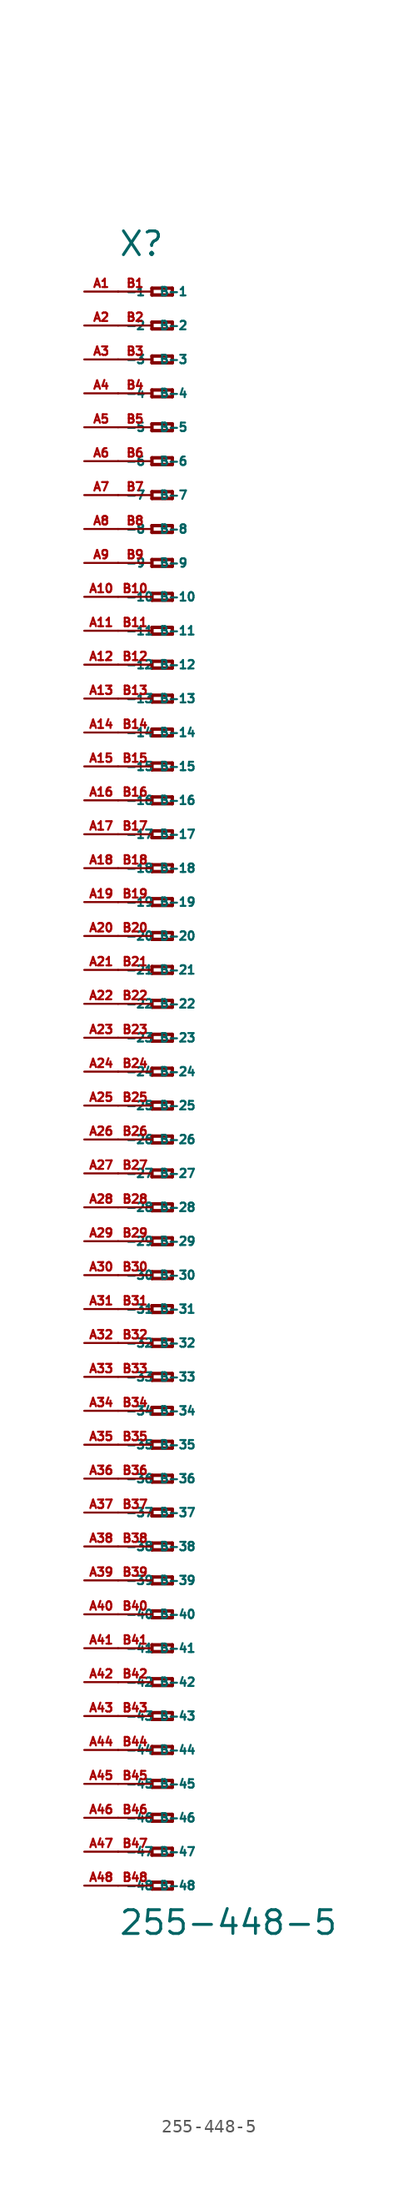
<source format=kicad_sym>
(kicad_symbol_lib
  (version 20220914)
  (generator Eagle2Kicad)
  (symbol "255-448-5"
    (property "Reference" "X"
      (at -5.08 60.96 0)
      (effects (font (size 1.778 1.778) (thickness 0.22)) (justify left bottom)))
    (property "Value" "255-448-5"
      (at -5.08 -64.77 0)
      (effects (font (size 1.778 1.778) (thickness 0.22)) (justify left bottom)))
    (polyline
      (pts (xy -2.54 58.674) (xy -2.54 58.166))
      (stroke (width 0.254) (type default))
      (fill (type none)))
    (polyline
      (pts (xy -2.54 58.166) (xy -1.016 58.166))
      (stroke (width 0.254) (type default))
      (fill (type none)))
    (polyline
      (pts (xy -1.016 58.166) (xy -1.016 58.674))
      (stroke (width 0.254) (type default))
      (fill (type none)))
    (polyline
      (pts (xy -1.016 58.674) (xy -2.54 58.674))
      (stroke (width 0.254) (type default))
      (fill (type none)))
    (polyline
      (pts (xy -2.54 56.134) (xy -2.54 55.626))
      (stroke (width 0.254) (type default))
      (fill (type none)))
    (polyline
      (pts (xy -2.54 55.626) (xy -1.016 55.626))
      (stroke (width 0.254) (type default))
      (fill (type none)))
    (polyline
      (pts (xy -1.016 55.626) (xy -1.016 56.134))
      (stroke (width 0.254) (type default))
      (fill (type none)))
    (polyline
      (pts (xy -1.016 56.134) (xy -2.54 56.134))
      (stroke (width 0.254) (type default))
      (fill (type none)))
    (polyline
      (pts (xy -2.54 53.594) (xy -2.54 53.086))
      (stroke (width 0.254) (type default))
      (fill (type none)))
    (polyline
      (pts (xy -2.54 53.086) (xy -1.016 53.086))
      (stroke (width 0.254) (type default))
      (fill (type none)))
    (polyline
      (pts (xy -1.016 53.086) (xy -1.016 53.594))
      (stroke (width 0.254) (type default))
      (fill (type none)))
    (polyline
      (pts (xy -1.016 53.594) (xy -2.54 53.594))
      (stroke (width 0.254) (type default))
      (fill (type none)))
    (polyline
      (pts (xy -2.54 51.054) (xy -2.54 50.546))
      (stroke (width 0.254) (type default))
      (fill (type none)))
    (polyline
      (pts (xy -2.54 50.546) (xy -1.016 50.546))
      (stroke (width 0.254) (type default))
      (fill (type none)))
    (polyline
      (pts (xy -1.016 50.546) (xy -1.016 51.054))
      (stroke (width 0.254) (type default))
      (fill (type none)))
    (polyline
      (pts (xy -1.016 51.054) (xy -2.54 51.054))
      (stroke (width 0.254) (type default))
      (fill (type none)))
    (polyline
      (pts (xy -2.54 48.514) (xy -2.54 48.006))
      (stroke (width 0.254) (type default))
      (fill (type none)))
    (polyline
      (pts (xy -2.54 48.006) (xy -1.016 48.006))
      (stroke (width 0.254) (type default))
      (fill (type none)))
    (polyline
      (pts (xy -1.016 48.006) (xy -1.016 48.514))
      (stroke (width 0.254) (type default))
      (fill (type none)))
    (polyline
      (pts (xy -1.016 48.514) (xy -2.54 48.514))
      (stroke (width 0.254) (type default))
      (fill (type none)))
    (polyline
      (pts (xy -2.54 45.974) (xy -2.54 45.466))
      (stroke (width 0.254) (type default))
      (fill (type none)))
    (polyline
      (pts (xy -2.54 45.466) (xy -1.016 45.466))
      (stroke (width 0.254) (type default))
      (fill (type none)))
    (polyline
      (pts (xy -1.016 45.466) (xy -1.016 45.974))
      (stroke (width 0.254) (type default))
      (fill (type none)))
    (polyline
      (pts (xy -1.016 45.974) (xy -2.54 45.974))
      (stroke (width 0.254) (type default))
      (fill (type none)))
    (polyline
      (pts (xy -2.54 43.434) (xy -2.54 42.926))
      (stroke (width 0.254) (type default))
      (fill (type none)))
    (polyline
      (pts (xy -2.54 42.926) (xy -1.016 42.926))
      (stroke (width 0.254) (type default))
      (fill (type none)))
    (polyline
      (pts (xy -1.016 42.926) (xy -1.016 43.434))
      (stroke (width 0.254) (type default))
      (fill (type none)))
    (polyline
      (pts (xy -1.016 43.434) (xy -2.54 43.434))
      (stroke (width 0.254) (type default))
      (fill (type none)))
    (polyline
      (pts (xy -2.54 40.894) (xy -2.54 40.386))
      (stroke (width 0.254) (type default))
      (fill (type none)))
    (polyline
      (pts (xy -2.54 40.386) (xy -1.016 40.386))
      (stroke (width 0.254) (type default))
      (fill (type none)))
    (polyline
      (pts (xy -1.016 40.386) (xy -1.016 40.894))
      (stroke (width 0.254) (type default))
      (fill (type none)))
    (polyline
      (pts (xy -1.016 40.894) (xy -2.54 40.894))
      (stroke (width 0.254) (type default))
      (fill (type none)))
    (polyline
      (pts (xy -2.54 38.354) (xy -2.54 37.846))
      (stroke (width 0.254) (type default))
      (fill (type none)))
    (polyline
      (pts (xy -2.54 37.846) (xy -1.016 37.846))
      (stroke (width 0.254) (type default))
      (fill (type none)))
    (polyline
      (pts (xy -1.016 37.846) (xy -1.016 38.354))
      (stroke (width 0.254) (type default))
      (fill (type none)))
    (polyline
      (pts (xy -1.016 38.354) (xy -2.54 38.354))
      (stroke (width 0.254) (type default))
      (fill (type none)))
    (polyline
      (pts (xy -2.54 35.814) (xy -2.54 35.306))
      (stroke (width 0.254) (type default))
      (fill (type none)))
    (polyline
      (pts (xy -2.54 35.306) (xy -1.016 35.306))
      (stroke (width 0.254) (type default))
      (fill (type none)))
    (polyline
      (pts (xy -1.016 35.306) (xy -1.016 35.814))
      (stroke (width 0.254) (type default))
      (fill (type none)))
    (polyline
      (pts (xy -1.016 35.814) (xy -2.54 35.814))
      (stroke (width 0.254) (type default))
      (fill (type none)))
    (polyline
      (pts (xy -2.54 33.274) (xy -2.54 32.766))
      (stroke (width 0.254) (type default))
      (fill (type none)))
    (polyline
      (pts (xy -2.54 32.766) (xy -1.016 32.766))
      (stroke (width 0.254) (type default))
      (fill (type none)))
    (polyline
      (pts (xy -1.016 32.766) (xy -1.016 33.274))
      (stroke (width 0.254) (type default))
      (fill (type none)))
    (polyline
      (pts (xy -1.016 33.274) (xy -2.54 33.274))
      (stroke (width 0.254) (type default))
      (fill (type none)))
    (polyline
      (pts (xy -2.54 30.734) (xy -2.54 30.226))
      (stroke (width 0.254) (type default))
      (fill (type none)))
    (polyline
      (pts (xy -2.54 30.226) (xy -1.016 30.226))
      (stroke (width 0.254) (type default))
      (fill (type none)))
    (polyline
      (pts (xy -1.016 30.226) (xy -1.016 30.734))
      (stroke (width 0.254) (type default))
      (fill (type none)))
    (polyline
      (pts (xy -1.016 30.734) (xy -2.54 30.734))
      (stroke (width 0.254) (type default))
      (fill (type none)))
    (polyline
      (pts (xy -2.54 28.194) (xy -2.54 27.686))
      (stroke (width 0.254) (type default))
      (fill (type none)))
    (polyline
      (pts (xy -2.54 27.686) (xy -1.016 27.686))
      (stroke (width 0.254) (type default))
      (fill (type none)))
    (polyline
      (pts (xy -1.016 27.686) (xy -1.016 28.194))
      (stroke (width 0.254) (type default))
      (fill (type none)))
    (polyline
      (pts (xy -1.016 28.194) (xy -2.54 28.194))
      (stroke (width 0.254) (type default))
      (fill (type none)))
    (polyline
      (pts (xy -2.54 25.654) (xy -2.54 25.146))
      (stroke (width 0.254) (type default))
      (fill (type none)))
    (polyline
      (pts (xy -2.54 25.146) (xy -1.016 25.146))
      (stroke (width 0.254) (type default))
      (fill (type none)))
    (polyline
      (pts (xy -1.016 25.146) (xy -1.016 25.654))
      (stroke (width 0.254) (type default))
      (fill (type none)))
    (polyline
      (pts (xy -1.016 25.654) (xy -2.54 25.654))
      (stroke (width 0.254) (type default))
      (fill (type none)))
    (polyline
      (pts (xy -2.54 23.114) (xy -2.54 22.606))
      (stroke (width 0.254) (type default))
      (fill (type none)))
    (polyline
      (pts (xy -2.54 22.606) (xy -1.016 22.606))
      (stroke (width 0.254) (type default))
      (fill (type none)))
    (polyline
      (pts (xy -1.016 22.606) (xy -1.016 23.114))
      (stroke (width 0.254) (type default))
      (fill (type none)))
    (polyline
      (pts (xy -1.016 23.114) (xy -2.54 23.114))
      (stroke (width 0.254) (type default))
      (fill (type none)))
    (polyline
      (pts (xy -2.54 20.574) (xy -2.54 20.066))
      (stroke (width 0.254) (type default))
      (fill (type none)))
    (polyline
      (pts (xy -2.54 20.066) (xy -1.016 20.066))
      (stroke (width 0.254) (type default))
      (fill (type none)))
    (polyline
      (pts (xy -1.016 20.066) (xy -1.016 20.574))
      (stroke (width 0.254) (type default))
      (fill (type none)))
    (polyline
      (pts (xy -1.016 20.574) (xy -2.54 20.574))
      (stroke (width 0.254) (type default))
      (fill (type none)))
    (polyline
      (pts (xy -2.54 18.034) (xy -2.54 17.526))
      (stroke (width 0.254) (type default))
      (fill (type none)))
    (polyline
      (pts (xy -2.54 17.526) (xy -1.016 17.526))
      (stroke (width 0.254) (type default))
      (fill (type none)))
    (polyline
      (pts (xy -1.016 17.526) (xy -1.016 18.034))
      (stroke (width 0.254) (type default))
      (fill (type none)))
    (polyline
      (pts (xy -1.016 18.034) (xy -2.54 18.034))
      (stroke (width 0.254) (type default))
      (fill (type none)))
    (polyline
      (pts (xy -2.54 15.494) (xy -2.54 14.986))
      (stroke (width 0.254) (type default))
      (fill (type none)))
    (polyline
      (pts (xy -2.54 14.986) (xy -1.016 14.986))
      (stroke (width 0.254) (type default))
      (fill (type none)))
    (polyline
      (pts (xy -1.016 14.986) (xy -1.016 15.494))
      (stroke (width 0.254) (type default))
      (fill (type none)))
    (polyline
      (pts (xy -1.016 15.494) (xy -2.54 15.494))
      (stroke (width 0.254) (type default))
      (fill (type none)))
    (polyline
      (pts (xy -2.54 12.954) (xy -2.54 12.446))
      (stroke (width 0.254) (type default))
      (fill (type none)))
    (polyline
      (pts (xy -2.54 12.446) (xy -1.016 12.446))
      (stroke (width 0.254) (type default))
      (fill (type none)))
    (polyline
      (pts (xy -1.016 12.446) (xy -1.016 12.954))
      (stroke (width 0.254) (type default))
      (fill (type none)))
    (polyline
      (pts (xy -1.016 12.954) (xy -2.54 12.954))
      (stroke (width 0.254) (type default))
      (fill (type none)))
    (polyline
      (pts (xy -2.54 10.414) (xy -2.54 9.906))
      (stroke (width 0.254) (type default))
      (fill (type none)))
    (polyline
      (pts (xy -2.54 9.906) (xy -1.016 9.906))
      (stroke (width 0.254) (type default))
      (fill (type none)))
    (polyline
      (pts (xy -1.016 9.906) (xy -1.016 10.414))
      (stroke (width 0.254) (type default))
      (fill (type none)))
    (polyline
      (pts (xy -1.016 10.414) (xy -2.54 10.414))
      (stroke (width 0.254) (type default))
      (fill (type none)))
    (polyline
      (pts (xy -2.54 7.874) (xy -2.54 7.366))
      (stroke (width 0.254) (type default))
      (fill (type none)))
    (polyline
      (pts (xy -2.54 7.366) (xy -1.016 7.366))
      (stroke (width 0.254) (type default))
      (fill (type none)))
    (polyline
      (pts (xy -1.016 7.366) (xy -1.016 7.874))
      (stroke (width 0.254) (type default))
      (fill (type none)))
    (polyline
      (pts (xy -1.016 7.874) (xy -2.54 7.874))
      (stroke (width 0.254) (type default))
      (fill (type none)))
    (polyline
      (pts (xy -2.54 5.334) (xy -2.54 4.826))
      (stroke (width 0.254) (type default))
      (fill (type none)))
    (polyline
      (pts (xy -2.54 4.826) (xy -1.016 4.826))
      (stroke (width 0.254) (type default))
      (fill (type none)))
    (polyline
      (pts (xy -1.016 4.826) (xy -1.016 5.334))
      (stroke (width 0.254) (type default))
      (fill (type none)))
    (polyline
      (pts (xy -1.016 5.334) (xy -2.54 5.334))
      (stroke (width 0.254) (type default))
      (fill (type none)))
    (polyline
      (pts (xy -2.54 2.794) (xy -2.54 2.286))
      (stroke (width 0.254) (type default))
      (fill (type none)))
    (polyline
      (pts (xy -2.54 2.286) (xy -1.016 2.286))
      (stroke (width 0.254) (type default))
      (fill (type none)))
    (polyline
      (pts (xy -1.016 2.286) (xy -1.016 2.794))
      (stroke (width 0.254) (type default))
      (fill (type none)))
    (polyline
      (pts (xy -1.016 2.794) (xy -2.54 2.794))
      (stroke (width 0.254) (type default))
      (fill (type none)))
    (polyline
      (pts (xy -2.54 0.254) (xy -2.54 -0.254))
      (stroke (width 0.254) (type default))
      (fill (type none)))
    (polyline
      (pts (xy -2.54 -0.254) (xy -1.016 -0.254))
      (stroke (width 0.254) (type default))
      (fill (type none)))
    (polyline
      (pts (xy -1.016 -0.254) (xy -1.016 0.254))
      (stroke (width 0.254) (type default))
      (fill (type none)))
    (polyline
      (pts (xy -1.016 0.254) (xy -2.54 0.254))
      (stroke (width 0.254) (type default))
      (fill (type none)))
    (polyline
      (pts (xy -2.54 -2.286) (xy -2.54 -2.794))
      (stroke (width 0.254) (type default))
      (fill (type none)))
    (polyline
      (pts (xy -2.54 -2.794) (xy -1.016 -2.794))
      (stroke (width 0.254) (type default))
      (fill (type none)))
    (polyline
      (pts (xy -1.016 -2.794) (xy -1.016 -2.286))
      (stroke (width 0.254) (type default))
      (fill (type none)))
    (polyline
      (pts (xy -1.016 -2.286) (xy -2.54 -2.286))
      (stroke (width 0.254) (type default))
      (fill (type none)))
    (polyline
      (pts (xy -2.54 -4.826) (xy -2.54 -5.334))
      (stroke (width 0.254) (type default))
      (fill (type none)))
    (polyline
      (pts (xy -2.54 -5.334) (xy -1.016 -5.334))
      (stroke (width 0.254) (type default))
      (fill (type none)))
    (polyline
      (pts (xy -1.016 -5.334) (xy -1.016 -4.826))
      (stroke (width 0.254) (type default))
      (fill (type none)))
    (polyline
      (pts (xy -1.016 -4.826) (xy -2.54 -4.826))
      (stroke (width 0.254) (type default))
      (fill (type none)))
    (polyline
      (pts (xy -2.54 -7.366) (xy -2.54 -7.874))
      (stroke (width 0.254) (type default))
      (fill (type none)))
    (polyline
      (pts (xy -2.54 -7.874) (xy -1.016 -7.874))
      (stroke (width 0.254) (type default))
      (fill (type none)))
    (polyline
      (pts (xy -1.016 -7.874) (xy -1.016 -7.366))
      (stroke (width 0.254) (type default))
      (fill (type none)))
    (polyline
      (pts (xy -1.016 -7.366) (xy -2.54 -7.366))
      (stroke (width 0.254) (type default))
      (fill (type none)))
    (polyline
      (pts (xy -2.54 -9.906) (xy -2.54 -10.414))
      (stroke (width 0.254) (type default))
      (fill (type none)))
    (polyline
      (pts (xy -2.54 -10.414) (xy -1.016 -10.414))
      (stroke (width 0.254) (type default))
      (fill (type none)))
    (polyline
      (pts (xy -1.016 -10.414) (xy -1.016 -9.906))
      (stroke (width 0.254) (type default))
      (fill (type none)))
    (polyline
      (pts (xy -1.016 -9.906) (xy -2.54 -9.906))
      (stroke (width 0.254) (type default))
      (fill (type none)))
    (polyline
      (pts (xy -2.54 -12.446) (xy -2.54 -12.954))
      (stroke (width 0.254) (type default))
      (fill (type none)))
    (polyline
      (pts (xy -2.54 -12.954) (xy -1.016 -12.954))
      (stroke (width 0.254) (type default))
      (fill (type none)))
    (polyline
      (pts (xy -1.016 -12.954) (xy -1.016 -12.446))
      (stroke (width 0.254) (type default))
      (fill (type none)))
    (polyline
      (pts (xy -1.016 -12.446) (xy -2.54 -12.446))
      (stroke (width 0.254) (type default))
      (fill (type none)))
    (polyline
      (pts (xy -2.54 -14.986) (xy -2.54 -15.494))
      (stroke (width 0.254) (type default))
      (fill (type none)))
    (polyline
      (pts (xy -2.54 -15.494) (xy -1.016 -15.494))
      (stroke (width 0.254) (type default))
      (fill (type none)))
    (polyline
      (pts (xy -1.016 -15.494) (xy -1.016 -14.986))
      (stroke (width 0.254) (type default))
      (fill (type none)))
    (polyline
      (pts (xy -1.016 -14.986) (xy -2.54 -14.986))
      (stroke (width 0.254) (type default))
      (fill (type none)))
    (polyline
      (pts (xy -2.54 -17.526) (xy -2.54 -18.034))
      (stroke (width 0.254) (type default))
      (fill (type none)))
    (polyline
      (pts (xy -2.54 -18.034) (xy -1.016 -18.034))
      (stroke (width 0.254) (type default))
      (fill (type none)))
    (polyline
      (pts (xy -1.016 -18.034) (xy -1.016 -17.526))
      (stroke (width 0.254) (type default))
      (fill (type none)))
    (polyline
      (pts (xy -1.016 -17.526) (xy -2.54 -17.526))
      (stroke (width 0.254) (type default))
      (fill (type none)))
    (polyline
      (pts (xy -2.54 -20.066) (xy -2.54 -20.574))
      (stroke (width 0.254) (type default))
      (fill (type none)))
    (polyline
      (pts (xy -2.54 -20.574) (xy -1.016 -20.574))
      (stroke (width 0.254) (type default))
      (fill (type none)))
    (polyline
      (pts (xy -1.016 -20.574) (xy -1.016 -20.066))
      (stroke (width 0.254) (type default))
      (fill (type none)))
    (polyline
      (pts (xy -1.016 -20.066) (xy -2.54 -20.066))
      (stroke (width 0.254) (type default))
      (fill (type none)))
    (polyline
      (pts (xy -2.54 -22.606) (xy -2.54 -23.114))
      (stroke (width 0.254) (type default))
      (fill (type none)))
    (polyline
      (pts (xy -2.54 -23.114) (xy -1.016 -23.114))
      (stroke (width 0.254) (type default))
      (fill (type none)))
    (polyline
      (pts (xy -1.016 -23.114) (xy -1.016 -22.606))
      (stroke (width 0.254) (type default))
      (fill (type none)))
    (polyline
      (pts (xy -1.016 -22.606) (xy -2.54 -22.606))
      (stroke (width 0.254) (type default))
      (fill (type none)))
    (polyline
      (pts (xy -2.54 -25.146) (xy -2.54 -25.654))
      (stroke (width 0.254) (type default))
      (fill (type none)))
    (polyline
      (pts (xy -2.54 -25.654) (xy -1.016 -25.654))
      (stroke (width 0.254) (type default))
      (fill (type none)))
    (polyline
      (pts (xy -1.016 -25.654) (xy -1.016 -25.146))
      (stroke (width 0.254) (type default))
      (fill (type none)))
    (polyline
      (pts (xy -1.016 -25.146) (xy -2.54 -25.146))
      (stroke (width 0.254) (type default))
      (fill (type none)))
    (polyline
      (pts (xy -2.54 -27.686) (xy -2.54 -28.194))
      (stroke (width 0.254) (type default))
      (fill (type none)))
    (polyline
      (pts (xy -2.54 -28.194) (xy -1.016 -28.194))
      (stroke (width 0.254) (type default))
      (fill (type none)))
    (polyline
      (pts (xy -1.016 -28.194) (xy -1.016 -27.686))
      (stroke (width 0.254) (type default))
      (fill (type none)))
    (polyline
      (pts (xy -1.016 -27.686) (xy -2.54 -27.686))
      (stroke (width 0.254) (type default))
      (fill (type none)))
    (polyline
      (pts (xy -2.54 -30.226) (xy -2.54 -30.734))
      (stroke (width 0.254) (type default))
      (fill (type none)))
    (polyline
      (pts (xy -2.54 -30.734) (xy -1.016 -30.734))
      (stroke (width 0.254) (type default))
      (fill (type none)))
    (polyline
      (pts (xy -1.016 -30.734) (xy -1.016 -30.226))
      (stroke (width 0.254) (type default))
      (fill (type none)))
    (polyline
      (pts (xy -1.016 -30.226) (xy -2.54 -30.226))
      (stroke (width 0.254) (type default))
      (fill (type none)))
    (polyline
      (pts (xy -2.54 -32.766) (xy -2.54 -33.274))
      (stroke (width 0.254) (type default))
      (fill (type none)))
    (polyline
      (pts (xy -2.54 -33.274) (xy -1.016 -33.274))
      (stroke (width 0.254) (type default))
      (fill (type none)))
    (polyline
      (pts (xy -1.016 -33.274) (xy -1.016 -32.766))
      (stroke (width 0.254) (type default))
      (fill (type none)))
    (polyline
      (pts (xy -1.016 -32.766) (xy -2.54 -32.766))
      (stroke (width 0.254) (type default))
      (fill (type none)))
    (polyline
      (pts (xy -2.54 -35.306) (xy -2.54 -35.814))
      (stroke (width 0.254) (type default))
      (fill (type none)))
    (polyline
      (pts (xy -2.54 -35.814) (xy -1.016 -35.814))
      (stroke (width 0.254) (type default))
      (fill (type none)))
    (polyline
      (pts (xy -1.016 -35.814) (xy -1.016 -35.306))
      (stroke (width 0.254) (type default))
      (fill (type none)))
    (polyline
      (pts (xy -1.016 -35.306) (xy -2.54 -35.306))
      (stroke (width 0.254) (type default))
      (fill (type none)))
    (polyline
      (pts (xy -2.54 -37.846) (xy -2.54 -38.354))
      (stroke (width 0.254) (type default))
      (fill (type none)))
    (polyline
      (pts (xy -2.54 -38.354) (xy -1.016 -38.354))
      (stroke (width 0.254) (type default))
      (fill (type none)))
    (polyline
      (pts (xy -1.016 -38.354) (xy -1.016 -37.846))
      (stroke (width 0.254) (type default))
      (fill (type none)))
    (polyline
      (pts (xy -1.016 -37.846) (xy -2.54 -37.846))
      (stroke (width 0.254) (type default))
      (fill (type none)))
    (polyline
      (pts (xy -2.54 -40.386) (xy -2.54 -40.894))
      (stroke (width 0.254) (type default))
      (fill (type none)))
    (polyline
      (pts (xy -2.54 -40.894) (xy -1.016 -40.894))
      (stroke (width 0.254) (type default))
      (fill (type none)))
    (polyline
      (pts (xy -1.016 -40.894) (xy -1.016 -40.386))
      (stroke (width 0.254) (type default))
      (fill (type none)))
    (polyline
      (pts (xy -1.016 -40.386) (xy -2.54 -40.386))
      (stroke (width 0.254) (type default))
      (fill (type none)))
    (polyline
      (pts (xy -2.54 -42.926) (xy -2.54 -43.434))
      (stroke (width 0.254) (type default))
      (fill (type none)))
    (polyline
      (pts (xy -2.54 -43.434) (xy -1.016 -43.434))
      (stroke (width 0.254) (type default))
      (fill (type none)))
    (polyline
      (pts (xy -1.016 -43.434) (xy -1.016 -42.926))
      (stroke (width 0.254) (type default))
      (fill (type none)))
    (polyline
      (pts (xy -1.016 -42.926) (xy -2.54 -42.926))
      (stroke (width 0.254) (type default))
      (fill (type none)))
    (polyline
      (pts (xy -2.54 -45.466) (xy -2.54 -45.974))
      (stroke (width 0.254) (type default))
      (fill (type none)))
    (polyline
      (pts (xy -2.54 -45.974) (xy -1.016 -45.974))
      (stroke (width 0.254) (type default))
      (fill (type none)))
    (polyline
      (pts (xy -1.016 -45.974) (xy -1.016 -45.466))
      (stroke (width 0.254) (type default))
      (fill (type none)))
    (polyline
      (pts (xy -1.016 -45.466) (xy -2.54 -45.466))
      (stroke (width 0.254) (type default))
      (fill (type none)))
    (polyline
      (pts (xy -2.54 -48.006) (xy -2.54 -48.514))
      (stroke (width 0.254) (type default))
      (fill (type none)))
    (polyline
      (pts (xy -2.54 -48.514) (xy -1.016 -48.514))
      (stroke (width 0.254) (type default))
      (fill (type none)))
    (polyline
      (pts (xy -1.016 -48.514) (xy -1.016 -48.006))
      (stroke (width 0.254) (type default))
      (fill (type none)))
    (polyline
      (pts (xy -1.016 -48.006) (xy -2.54 -48.006))
      (stroke (width 0.254) (type default))
      (fill (type none)))
    (polyline
      (pts (xy -2.54 -50.546) (xy -2.54 -51.054))
      (stroke (width 0.254) (type default))
      (fill (type none)))
    (polyline
      (pts (xy -2.54 -51.054) (xy -1.016 -51.054))
      (stroke (width 0.254) (type default))
      (fill (type none)))
    (polyline
      (pts (xy -1.016 -51.054) (xy -1.016 -50.546))
      (stroke (width 0.254) (type default))
      (fill (type none)))
    (polyline
      (pts (xy -1.016 -50.546) (xy -2.54 -50.546))
      (stroke (width 0.254) (type default))
      (fill (type none)))
    (polyline
      (pts (xy -2.54 -53.086) (xy -2.54 -53.594))
      (stroke (width 0.254) (type default))
      (fill (type none)))
    (polyline
      (pts (xy -2.54 -53.594) (xy -1.016 -53.594))
      (stroke (width 0.254) (type default))
      (fill (type none)))
    (polyline
      (pts (xy -1.016 -53.594) (xy -1.016 -53.086))
      (stroke (width 0.254) (type default))
      (fill (type none)))
    (polyline
      (pts (xy -1.016 -53.086) (xy -2.54 -53.086))
      (stroke (width 0.254) (type default))
      (fill (type none)))
    (polyline
      (pts (xy -2.54 -55.626) (xy -2.54 -56.134))
      (stroke (width 0.254) (type default))
      (fill (type none)))
    (polyline
      (pts (xy -2.54 -56.134) (xy -1.016 -56.134))
      (stroke (width 0.254) (type default))
      (fill (type none)))
    (polyline
      (pts (xy -1.016 -56.134) (xy -1.016 -55.626))
      (stroke (width 0.254) (type default))
      (fill (type none)))
    (polyline
      (pts (xy -1.016 -55.626) (xy -2.54 -55.626))
      (stroke (width 0.254) (type default))
      (fill (type none)))
    (polyline
      (pts (xy -2.54 -58.166) (xy -2.54 -58.674))
      (stroke (width 0.254) (type default))
      (fill (type none)))
    (polyline
      (pts (xy -2.54 -58.674) (xy -1.016 -58.674))
      (stroke (width 0.254) (type default))
      (fill (type none)))
    (polyline
      (pts (xy -1.016 -58.674) (xy -1.016 -58.166))
      (stroke (width 0.254) (type default))
      (fill (type none)))
    (polyline
      (pts (xy -1.016 -58.166) (xy -2.54 -58.166))
      (stroke (width 0.254) (type default))
      (fill (type none)))
    (polyline
      (pts (xy -2.54 -60.706) (xy -2.54 -61.214))
      (stroke (width 0.254) (type default))
      (fill (type none)))
    (polyline
      (pts (xy -2.54 -61.214) (xy -1.016 -61.214))
      (stroke (width 0.254) (type default))
      (fill (type none)))
    (polyline
      (pts (xy -1.016 -61.214) (xy -1.016 -60.706))
      (stroke (width 0.254) (type default))
      (fill (type none)))
    (polyline
      (pts (xy -1.016 -60.706) (xy -2.54 -60.706))
      (stroke (width 0.254) (type default))
      (fill (type none)))
    (pin passive line
      (at -7.62 58.42 0)
      (length 2.54)
      (name "-1" (effects (font (size 0.635 0.635) (thickness 0.08)) (justify left bottom)))
      (number "A1" (effects (font (size 0.635 0.635) (thickness 0.08)) (justify left bottom))))
    (pin passive line
      (at -7.62 55.88 0)
      (length 2.54)
      (name "-2" (effects (font (size 0.635 0.635) (thickness 0.08)) (justify left bottom)))
      (number "A2" (effects (font (size 0.635 0.635) (thickness 0.08)) (justify left bottom))))
    (pin passive line
      (at -7.62 53.34 0)
      (length 2.54)
      (name "-3" (effects (font (size 0.635 0.635) (thickness 0.08)) (justify left bottom)))
      (number "A3" (effects (font (size 0.635 0.635) (thickness 0.08)) (justify left bottom))))
    (pin passive line
      (at -7.62 50.8 0)
      (length 2.54)
      (name "-4" (effects (font (size 0.635 0.635) (thickness 0.08)) (justify left bottom)))
      (number "A4" (effects (font (size 0.635 0.635) (thickness 0.08)) (justify left bottom))))
    (pin passive line
      (at -7.62 48.26 0)
      (length 2.54)
      (name "-5" (effects (font (size 0.635 0.635) (thickness 0.08)) (justify left bottom)))
      (number "A5" (effects (font (size 0.635 0.635) (thickness 0.08)) (justify left bottom))))
    (pin passive line
      (at -7.62 45.72 0)
      (length 2.54)
      (name "-6" (effects (font (size 0.635 0.635) (thickness 0.08)) (justify left bottom)))
      (number "A6" (effects (font (size 0.635 0.635) (thickness 0.08)) (justify left bottom))))
    (pin passive line
      (at -7.62 43.18 0)
      (length 2.54)
      (name "-7" (effects (font (size 0.635 0.635) (thickness 0.08)) (justify left bottom)))
      (number "A7" (effects (font (size 0.635 0.635) (thickness 0.08)) (justify left bottom))))
    (pin passive line
      (at -7.62 40.64 0)
      (length 2.54)
      (name "-8" (effects (font (size 0.635 0.635) (thickness 0.08)) (justify left bottom)))
      (number "A8" (effects (font (size 0.635 0.635) (thickness 0.08)) (justify left bottom))))
    (pin passive line
      (at -7.62 38.1 0)
      (length 2.54)
      (name "-9" (effects (font (size 0.635 0.635) (thickness 0.08)) (justify left bottom)))
      (number "A9" (effects (font (size 0.635 0.635) (thickness 0.08)) (justify left bottom))))
    (pin passive line
      (at -7.62 35.56 0)
      (length 2.54)
      (name "-10" (effects (font (size 0.635 0.635) (thickness 0.08)) (justify left bottom)))
      (number "A10" (effects (font (size 0.635 0.635) (thickness 0.08)) (justify left bottom))))
    (pin passive line
      (at -7.62 33.02 0)
      (length 2.54)
      (name "-11" (effects (font (size 0.635 0.635) (thickness 0.08)) (justify left bottom)))
      (number "A11" (effects (font (size 0.635 0.635) (thickness 0.08)) (justify left bottom))))
    (pin passive line
      (at -7.62 30.48 0)
      (length 2.54)
      (name "-12" (effects (font (size 0.635 0.635) (thickness 0.08)) (justify left bottom)))
      (number "A12" (effects (font (size 0.635 0.635) (thickness 0.08)) (justify left bottom))))
    (pin passive line
      (at -7.62 27.94 0)
      (length 2.54)
      (name "-13" (effects (font (size 0.635 0.635) (thickness 0.08)) (justify left bottom)))
      (number "A13" (effects (font (size 0.635 0.635) (thickness 0.08)) (justify left bottom))))
    (pin passive line
      (at -7.62 25.4 0)
      (length 2.54)
      (name "-14" (effects (font (size 0.635 0.635) (thickness 0.08)) (justify left bottom)))
      (number "A14" (effects (font (size 0.635 0.635) (thickness 0.08)) (justify left bottom))))
    (pin passive line
      (at -7.62 22.86 0)
      (length 2.54)
      (name "-15" (effects (font (size 0.635 0.635) (thickness 0.08)) (justify left bottom)))
      (number "A15" (effects (font (size 0.635 0.635) (thickness 0.08)) (justify left bottom))))
    (pin passive line
      (at -7.62 20.32 0)
      (length 2.54)
      (name "-16" (effects (font (size 0.635 0.635) (thickness 0.08)) (justify left bottom)))
      (number "A16" (effects (font (size 0.635 0.635) (thickness 0.08)) (justify left bottom))))
    (pin passive line
      (at -7.62 17.78 0)
      (length 2.54)
      (name "-17" (effects (font (size 0.635 0.635) (thickness 0.08)) (justify left bottom)))
      (number "A17" (effects (font (size 0.635 0.635) (thickness 0.08)) (justify left bottom))))
    (pin passive line
      (at -7.62 15.24 0)
      (length 2.54)
      (name "-18" (effects (font (size 0.635 0.635) (thickness 0.08)) (justify left bottom)))
      (number "A18" (effects (font (size 0.635 0.635) (thickness 0.08)) (justify left bottom))))
    (pin passive line
      (at -7.62 12.7 0)
      (length 2.54)
      (name "-19" (effects (font (size 0.635 0.635) (thickness 0.08)) (justify left bottom)))
      (number "A19" (effects (font (size 0.635 0.635) (thickness 0.08)) (justify left bottom))))
    (pin passive line
      (at -7.62 10.16 0)
      (length 2.54)
      (name "-20" (effects (font (size 0.635 0.635) (thickness 0.08)) (justify left bottom)))
      (number "A20" (effects (font (size 0.635 0.635) (thickness 0.08)) (justify left bottom))))
    (pin passive line
      (at -7.62 7.62 0)
      (length 2.54)
      (name "-21" (effects (font (size 0.635 0.635) (thickness 0.08)) (justify left bottom)))
      (number "A21" (effects (font (size 0.635 0.635) (thickness 0.08)) (justify left bottom))))
    (pin passive line
      (at -7.62 5.08 0)
      (length 2.54)
      (name "-22" (effects (font (size 0.635 0.635) (thickness 0.08)) (justify left bottom)))
      (number "A22" (effects (font (size 0.635 0.635) (thickness 0.08)) (justify left bottom))))
    (pin passive line
      (at -7.62 2.54 0)
      (length 2.54)
      (name "-23" (effects (font (size 0.635 0.635) (thickness 0.08)) (justify left bottom)))
      (number "A23" (effects (font (size 0.635 0.635) (thickness 0.08)) (justify left bottom))))
    (pin passive line
      (at -7.62 0 0)
      (length 2.54)
      (name "-24" (effects (font (size 0.635 0.635) (thickness 0.08)) (justify left bottom)))
      (number "A24" (effects (font (size 0.635 0.635) (thickness 0.08)) (justify left bottom))))
    (pin passive line
      (at -7.62 -2.54 0)
      (length 2.54)
      (name "-25" (effects (font (size 0.635 0.635) (thickness 0.08)) (justify left bottom)))
      (number "A25" (effects (font (size 0.635 0.635) (thickness 0.08)) (justify left bottom))))
    (pin passive line
      (at -7.62 -5.08 0)
      (length 2.54)
      (name "-26" (effects (font (size 0.635 0.635) (thickness 0.08)) (justify left bottom)))
      (number "A26" (effects (font (size 0.635 0.635) (thickness 0.08)) (justify left bottom))))
    (pin passive line
      (at -7.62 -7.62 0)
      (length 2.54)
      (name "-27" (effects (font (size 0.635 0.635) (thickness 0.08)) (justify left bottom)))
      (number "A27" (effects (font (size 0.635 0.635) (thickness 0.08)) (justify left bottom))))
    (pin passive line
      (at -7.62 -10.16 0)
      (length 2.54)
      (name "-28" (effects (font (size 0.635 0.635) (thickness 0.08)) (justify left bottom)))
      (number "A28" (effects (font (size 0.635 0.635) (thickness 0.08)) (justify left bottom))))
    (pin passive line
      (at -7.62 -12.7 0)
      (length 2.54)
      (name "-29" (effects (font (size 0.635 0.635) (thickness 0.08)) (justify left bottom)))
      (number "A29" (effects (font (size 0.635 0.635) (thickness 0.08)) (justify left bottom))))
    (pin passive line
      (at -7.62 -15.24 0)
      (length 2.54)
      (name "-30" (effects (font (size 0.635 0.635) (thickness 0.08)) (justify left bottom)))
      (number "A30" (effects (font (size 0.635 0.635) (thickness 0.08)) (justify left bottom))))
    (pin passive line
      (at -7.62 -17.78 0)
      (length 2.54)
      (name "-31" (effects (font (size 0.635 0.635) (thickness 0.08)) (justify left bottom)))
      (number "A31" (effects (font (size 0.635 0.635) (thickness 0.08)) (justify left bottom))))
    (pin passive line
      (at -7.62 -20.32 0)
      (length 2.54)
      (name "-32" (effects (font (size 0.635 0.635) (thickness 0.08)) (justify left bottom)))
      (number "A32" (effects (font (size 0.635 0.635) (thickness 0.08)) (justify left bottom))))
    (pin passive line
      (at -7.62 -22.86 0)
      (length 2.54)
      (name "-33" (effects (font (size 0.635 0.635) (thickness 0.08)) (justify left bottom)))
      (number "A33" (effects (font (size 0.635 0.635) (thickness 0.08)) (justify left bottom))))
    (pin passive line
      (at -7.62 -25.4 0)
      (length 2.54)
      (name "-34" (effects (font (size 0.635 0.635) (thickness 0.08)) (justify left bottom)))
      (number "A34" (effects (font (size 0.635 0.635) (thickness 0.08)) (justify left bottom))))
    (pin passive line
      (at -7.62 -27.94 0)
      (length 2.54)
      (name "-35" (effects (font (size 0.635 0.635) (thickness 0.08)) (justify left bottom)))
      (number "A35" (effects (font (size 0.635 0.635) (thickness 0.08)) (justify left bottom))))
    (pin passive line
      (at -7.62 -30.48 0)
      (length 2.54)
      (name "-36" (effects (font (size 0.635 0.635) (thickness 0.08)) (justify left bottom)))
      (number "A36" (effects (font (size 0.635 0.635) (thickness 0.08)) (justify left bottom))))
    (pin passive line
      (at -7.62 -33.02 0)
      (length 2.54)
      (name "-37" (effects (font (size 0.635 0.635) (thickness 0.08)) (justify left bottom)))
      (number "A37" (effects (font (size 0.635 0.635) (thickness 0.08)) (justify left bottom))))
    (pin passive line
      (at -7.62 -35.56 0)
      (length 2.54)
      (name "-38" (effects (font (size 0.635 0.635) (thickness 0.08)) (justify left bottom)))
      (number "A38" (effects (font (size 0.635 0.635) (thickness 0.08)) (justify left bottom))))
    (pin passive line
      (at -7.62 -38.1 0)
      (length 2.54)
      (name "-39" (effects (font (size 0.635 0.635) (thickness 0.08)) (justify left bottom)))
      (number "A39" (effects (font (size 0.635 0.635) (thickness 0.08)) (justify left bottom))))
    (pin passive line
      (at -7.62 -40.64 0)
      (length 2.54)
      (name "-40" (effects (font (size 0.635 0.635) (thickness 0.08)) (justify left bottom)))
      (number "A40" (effects (font (size 0.635 0.635) (thickness 0.08)) (justify left bottom))))
    (pin passive line
      (at -7.62 -43.18 0)
      (length 2.54)
      (name "-41" (effects (font (size 0.635 0.635) (thickness 0.08)) (justify left bottom)))
      (number "A41" (effects (font (size 0.635 0.635) (thickness 0.08)) (justify left bottom))))
    (pin passive line
      (at -7.62 -45.72 0)
      (length 2.54)
      (name "-42" (effects (font (size 0.635 0.635) (thickness 0.08)) (justify left bottom)))
      (number "A42" (effects (font (size 0.635 0.635) (thickness 0.08)) (justify left bottom))))
    (pin passive line
      (at -7.62 -48.26 0)
      (length 2.54)
      (name "-43" (effects (font (size 0.635 0.635) (thickness 0.08)) (justify left bottom)))
      (number "A43" (effects (font (size 0.635 0.635) (thickness 0.08)) (justify left bottom))))
    (pin passive line
      (at -7.62 -50.8 0)
      (length 2.54)
      (name "-44" (effects (font (size 0.635 0.635) (thickness 0.08)) (justify left bottom)))
      (number "A44" (effects (font (size 0.635 0.635) (thickness 0.08)) (justify left bottom))))
    (pin passive line
      (at -7.62 -53.34 0)
      (length 2.54)
      (name "-45" (effects (font (size 0.635 0.635) (thickness 0.08)) (justify left bottom)))
      (number "A45" (effects (font (size 0.635 0.635) (thickness 0.08)) (justify left bottom))))
    (pin passive line
      (at -7.62 -55.88 0)
      (length 2.54)
      (name "-46" (effects (font (size 0.635 0.635) (thickness 0.08)) (justify left bottom)))
      (number "A46" (effects (font (size 0.635 0.635) (thickness 0.08)) (justify left bottom))))
    (pin passive line
      (at -7.62 -58.42 0)
      (length 2.54)
      (name "-47" (effects (font (size 0.635 0.635) (thickness 0.08)) (justify left bottom)))
      (number "A47" (effects (font (size 0.635 0.635) (thickness 0.08)) (justify left bottom))))
    (pin passive line
      (at -7.62 -60.96 0)
      (length 2.54)
      (name "-48" (effects (font (size 0.635 0.635) (thickness 0.08)) (justify left bottom)))
      (number "A48" (effects (font (size 0.635 0.635) (thickness 0.08)) (justify left bottom))))
    (pin passive line
      (at -5.08 -60.96 0)
      (length 2.54)
      (name "B-48" (effects (font (size 0.635 0.635) (thickness 0.08)) (justify left bottom)))
      (number "B48" (effects (font (size 0.635 0.635) (thickness 0.08)) (justify left bottom))))
    (pin passive line
      (at -5.08 58.42 0)
      (length 2.54)
      (name "B-1" (effects (font (size 0.635 0.635) (thickness 0.08)) (justify left bottom)))
      (number "B1" (effects (font (size 0.635 0.635) (thickness 0.08)) (justify left bottom))))
    (pin passive line
      (at -5.08 55.88 0)
      (length 2.54)
      (name "B-2" (effects (font (size 0.635 0.635) (thickness 0.08)) (justify left bottom)))
      (number "B2" (effects (font (size 0.635 0.635) (thickness 0.08)) (justify left bottom))))
    (pin passive line
      (at -5.08 53.34 0)
      (length 2.54)
      (name "B-3" (effects (font (size 0.635 0.635) (thickness 0.08)) (justify left bottom)))
      (number "B3" (effects (font (size 0.635 0.635) (thickness 0.08)) (justify left bottom))))
    (pin passive line
      (at -5.08 50.8 0)
      (length 2.54)
      (name "B-4" (effects (font (size 0.635 0.635) (thickness 0.08)) (justify left bottom)))
      (number "B4" (effects (font (size 0.635 0.635) (thickness 0.08)) (justify left bottom))))
    (pin passive line
      (at -5.08 48.26 0)
      (length 2.54)
      (name "B-5" (effects (font (size 0.635 0.635) (thickness 0.08)) (justify left bottom)))
      (number "B5" (effects (font (size 0.635 0.635) (thickness 0.08)) (justify left bottom))))
    (pin passive line
      (at -5.08 45.72 0)
      (length 2.54)
      (name "B-6" (effects (font (size 0.635 0.635) (thickness 0.08)) (justify left bottom)))
      (number "B6" (effects (font (size 0.635 0.635) (thickness 0.08)) (justify left bottom))))
    (pin passive line
      (at -5.08 43.18 0)
      (length 2.54)
      (name "B-7" (effects (font (size 0.635 0.635) (thickness 0.08)) (justify left bottom)))
      (number "B7" (effects (font (size 0.635 0.635) (thickness 0.08)) (justify left bottom))))
    (pin passive line
      (at -5.08 40.64 0)
      (length 2.54)
      (name "B-8" (effects (font (size 0.635 0.635) (thickness 0.08)) (justify left bottom)))
      (number "B8" (effects (font (size 0.635 0.635) (thickness 0.08)) (justify left bottom))))
    (pin passive line
      (at -5.08 38.1 0)
      (length 2.54)
      (name "B-9" (effects (font (size 0.635 0.635) (thickness 0.08)) (justify left bottom)))
      (number "B9" (effects (font (size 0.635 0.635) (thickness 0.08)) (justify left bottom))))
    (pin passive line
      (at -5.08 35.56 0)
      (length 2.54)
      (name "B-10" (effects (font (size 0.635 0.635) (thickness 0.08)) (justify left bottom)))
      (number "B10" (effects (font (size 0.635 0.635) (thickness 0.08)) (justify left bottom))))
    (pin passive line
      (at -5.08 33.02 0)
      (length 2.54)
      (name "B-11" (effects (font (size 0.635 0.635) (thickness 0.08)) (justify left bottom)))
      (number "B11" (effects (font (size 0.635 0.635) (thickness 0.08)) (justify left bottom))))
    (pin passive line
      (at -5.08 30.48 0)
      (length 2.54)
      (name "B-12" (effects (font (size 0.635 0.635) (thickness 0.08)) (justify left bottom)))
      (number "B12" (effects (font (size 0.635 0.635) (thickness 0.08)) (justify left bottom))))
    (pin passive line
      (at -5.08 27.94 0)
      (length 2.54)
      (name "B-13" (effects (font (size 0.635 0.635) (thickness 0.08)) (justify left bottom)))
      (number "B13" (effects (font (size 0.635 0.635) (thickness 0.08)) (justify left bottom))))
    (pin passive line
      (at -5.08 25.4 0)
      (length 2.54)
      (name "B-14" (effects (font (size 0.635 0.635) (thickness 0.08)) (justify left bottom)))
      (number "B14" (effects (font (size 0.635 0.635) (thickness 0.08)) (justify left bottom))))
    (pin passive line
      (at -5.08 22.86 0)
      (length 2.54)
      (name "B-15" (effects (font (size 0.635 0.635) (thickness 0.08)) (justify left bottom)))
      (number "B15" (effects (font (size 0.635 0.635) (thickness 0.08)) (justify left bottom))))
    (pin passive line
      (at -5.08 20.32 0)
      (length 2.54)
      (name "B-16" (effects (font (size 0.635 0.635) (thickness 0.08)) (justify left bottom)))
      (number "B16" (effects (font (size 0.635 0.635) (thickness 0.08)) (justify left bottom))))
    (pin passive line
      (at -5.08 17.78 0)
      (length 2.54)
      (name "B-17" (effects (font (size 0.635 0.635) (thickness 0.08)) (justify left bottom)))
      (number "B17" (effects (font (size 0.635 0.635) (thickness 0.08)) (justify left bottom))))
    (pin passive line
      (at -5.08 15.24 0)
      (length 2.54)
      (name "B-18" (effects (font (size 0.635 0.635) (thickness 0.08)) (justify left bottom)))
      (number "B18" (effects (font (size 0.635 0.635) (thickness 0.08)) (justify left bottom))))
    (pin passive line
      (at -5.08 12.7 0)
      (length 2.54)
      (name "B-19" (effects (font (size 0.635 0.635) (thickness 0.08)) (justify left bottom)))
      (number "B19" (effects (font (size 0.635 0.635) (thickness 0.08)) (justify left bottom))))
    (pin passive line
      (at -5.08 10.16 0)
      (length 2.54)
      (name "B-20" (effects (font (size 0.635 0.635) (thickness 0.08)) (justify left bottom)))
      (number "B20" (effects (font (size 0.635 0.635) (thickness 0.08)) (justify left bottom))))
    (pin passive line
      (at -5.08 7.62 0)
      (length 2.54)
      (name "B-21" (effects (font (size 0.635 0.635) (thickness 0.08)) (justify left bottom)))
      (number "B21" (effects (font (size 0.635 0.635) (thickness 0.08)) (justify left bottom))))
    (pin passive line
      (at -5.08 5.08 0)
      (length 2.54)
      (name "B-22" (effects (font (size 0.635 0.635) (thickness 0.08)) (justify left bottom)))
      (number "B22" (effects (font (size 0.635 0.635) (thickness 0.08)) (justify left bottom))))
    (pin passive line
      (at -5.08 2.54 0)
      (length 2.54)
      (name "B-23" (effects (font (size 0.635 0.635) (thickness 0.08)) (justify left bottom)))
      (number "B23" (effects (font (size 0.635 0.635) (thickness 0.08)) (justify left bottom))))
    (pin passive line
      (at -5.08 0 0)
      (length 2.54)
      (name "B-24" (effects (font (size 0.635 0.635) (thickness 0.08)) (justify left bottom)))
      (number "B24" (effects (font (size 0.635 0.635) (thickness 0.08)) (justify left bottom))))
    (pin passive line
      (at -5.08 -2.54 0)
      (length 2.54)
      (name "B-25" (effects (font (size 0.635 0.635) (thickness 0.08)) (justify left bottom)))
      (number "B25" (effects (font (size 0.635 0.635) (thickness 0.08)) (justify left bottom))))
    (pin passive line
      (at -5.08 -5.08 0)
      (length 2.54)
      (name "B-26" (effects (font (size 0.635 0.635) (thickness 0.08)) (justify left bottom)))
      (number "B26" (effects (font (size 0.635 0.635) (thickness 0.08)) (justify left bottom))))
    (pin passive line
      (at -5.08 -7.62 0)
      (length 2.54)
      (name "B-27" (effects (font (size 0.635 0.635) (thickness 0.08)) (justify left bottom)))
      (number "B27" (effects (font (size 0.635 0.635) (thickness 0.08)) (justify left bottom))))
    (pin passive line
      (at -5.08 -10.16 0)
      (length 2.54)
      (name "B-28" (effects (font (size 0.635 0.635) (thickness 0.08)) (justify left bottom)))
      (number "B28" (effects (font (size 0.635 0.635) (thickness 0.08)) (justify left bottom))))
    (pin passive line
      (at -5.08 -12.7 0)
      (length 2.54)
      (name "B-29" (effects (font (size 0.635 0.635) (thickness 0.08)) (justify left bottom)))
      (number "B29" (effects (font (size 0.635 0.635) (thickness 0.08)) (justify left bottom))))
    (pin passive line
      (at -5.08 -15.24 0)
      (length 2.54)
      (name "B-30" (effects (font (size 0.635 0.635) (thickness 0.08)) (justify left bottom)))
      (number "B30" (effects (font (size 0.635 0.635) (thickness 0.08)) (justify left bottom))))
    (pin passive line
      (at -5.08 -17.78 0)
      (length 2.54)
      (name "B-31" (effects (font (size 0.635 0.635) (thickness 0.08)) (justify left bottom)))
      (number "B31" (effects (font (size 0.635 0.635) (thickness 0.08)) (justify left bottom))))
    (pin passive line
      (at -5.08 -20.32 0)
      (length 2.54)
      (name "B-32" (effects (font (size 0.635 0.635) (thickness 0.08)) (justify left bottom)))
      (number "B32" (effects (font (size 0.635 0.635) (thickness 0.08)) (justify left bottom))))
    (pin passive line
      (at -5.08 -22.86 0)
      (length 2.54)
      (name "B-33" (effects (font (size 0.635 0.635) (thickness 0.08)) (justify left bottom)))
      (number "B33" (effects (font (size 0.635 0.635) (thickness 0.08)) (justify left bottom))))
    (pin passive line
      (at -5.08 -25.4 0)
      (length 2.54)
      (name "B-34" (effects (font (size 0.635 0.635) (thickness 0.08)) (justify left bottom)))
      (number "B34" (effects (font (size 0.635 0.635) (thickness 0.08)) (justify left bottom))))
    (pin passive line
      (at -5.08 -27.94 0)
      (length 2.54)
      (name "B-35" (effects (font (size 0.635 0.635) (thickness 0.08)) (justify left bottom)))
      (number "B35" (effects (font (size 0.635 0.635) (thickness 0.08)) (justify left bottom))))
    (pin passive line
      (at -5.08 -30.48 0)
      (length 2.54)
      (name "B-36" (effects (font (size 0.635 0.635) (thickness 0.08)) (justify left bottom)))
      (number "B36" (effects (font (size 0.635 0.635) (thickness 0.08)) (justify left bottom))))
    (pin passive line
      (at -5.08 -33.02 0)
      (length 2.54)
      (name "B-37" (effects (font (size 0.635 0.635) (thickness 0.08)) (justify left bottom)))
      (number "B37" (effects (font (size 0.635 0.635) (thickness 0.08)) (justify left bottom))))
    (pin passive line
      (at -5.08 -35.56 0)
      (length 2.54)
      (name "B-38" (effects (font (size 0.635 0.635) (thickness 0.08)) (justify left bottom)))
      (number "B38" (effects (font (size 0.635 0.635) (thickness 0.08)) (justify left bottom))))
    (pin passive line
      (at -5.08 -38.1 0)
      (length 2.54)
      (name "B-39" (effects (font (size 0.635 0.635) (thickness 0.08)) (justify left bottom)))
      (number "B39" (effects (font (size 0.635 0.635) (thickness 0.08)) (justify left bottom))))
    (pin passive line
      (at -5.08 -40.64 0)
      (length 2.54)
      (name "B-40" (effects (font (size 0.635 0.635) (thickness 0.08)) (justify left bottom)))
      (number "B40" (effects (font (size 0.635 0.635) (thickness 0.08)) (justify left bottom))))
    (pin passive line
      (at -5.08 -43.18 0)
      (length 2.54)
      (name "B-41" (effects (font (size 0.635 0.635) (thickness 0.08)) (justify left bottom)))
      (number "B41" (effects (font (size 0.635 0.635) (thickness 0.08)) (justify left bottom))))
    (pin passive line
      (at -5.08 -45.72 0)
      (length 2.54)
      (name "B-42" (effects (font (size 0.635 0.635) (thickness 0.08)) (justify left bottom)))
      (number "B42" (effects (font (size 0.635 0.635) (thickness 0.08)) (justify left bottom))))
    (pin passive line
      (at -5.08 -48.26 0)
      (length 2.54)
      (name "B-43" (effects (font (size 0.635 0.635) (thickness 0.08)) (justify left bottom)))
      (number "B43" (effects (font (size 0.635 0.635) (thickness 0.08)) (justify left bottom))))
    (pin passive line
      (at -5.08 -50.8 0)
      (length 2.54)
      (name "B-44" (effects (font (size 0.635 0.635) (thickness 0.08)) (justify left bottom)))
      (number "B44" (effects (font (size 0.635 0.635) (thickness 0.08)) (justify left bottom))))
    (pin passive line
      (at -5.08 -53.34 0)
      (length 2.54)
      (name "B-45" (effects (font (size 0.635 0.635) (thickness 0.08)) (justify left bottom)))
      (number "B45" (effects (font (size 0.635 0.635) (thickness 0.08)) (justify left bottom))))
    (pin passive line
      (at -5.08 -55.88 0)
      (length 2.54)
      (name "B-46" (effects (font (size 0.635 0.635) (thickness 0.08)) (justify left bottom)))
      (number "B46" (effects (font (size 0.635 0.635) (thickness 0.08)) (justify left bottom))))
    (pin passive line
      (at -5.08 -58.42 0)
      (length 2.54)
      (name "B-47" (effects (font (size 0.635 0.635) (thickness 0.08)) (justify left bottom)))
      (number "B47" (effects (font (size 0.635 0.635) (thickness 0.08)) (justify left bottom))))))
</source>
